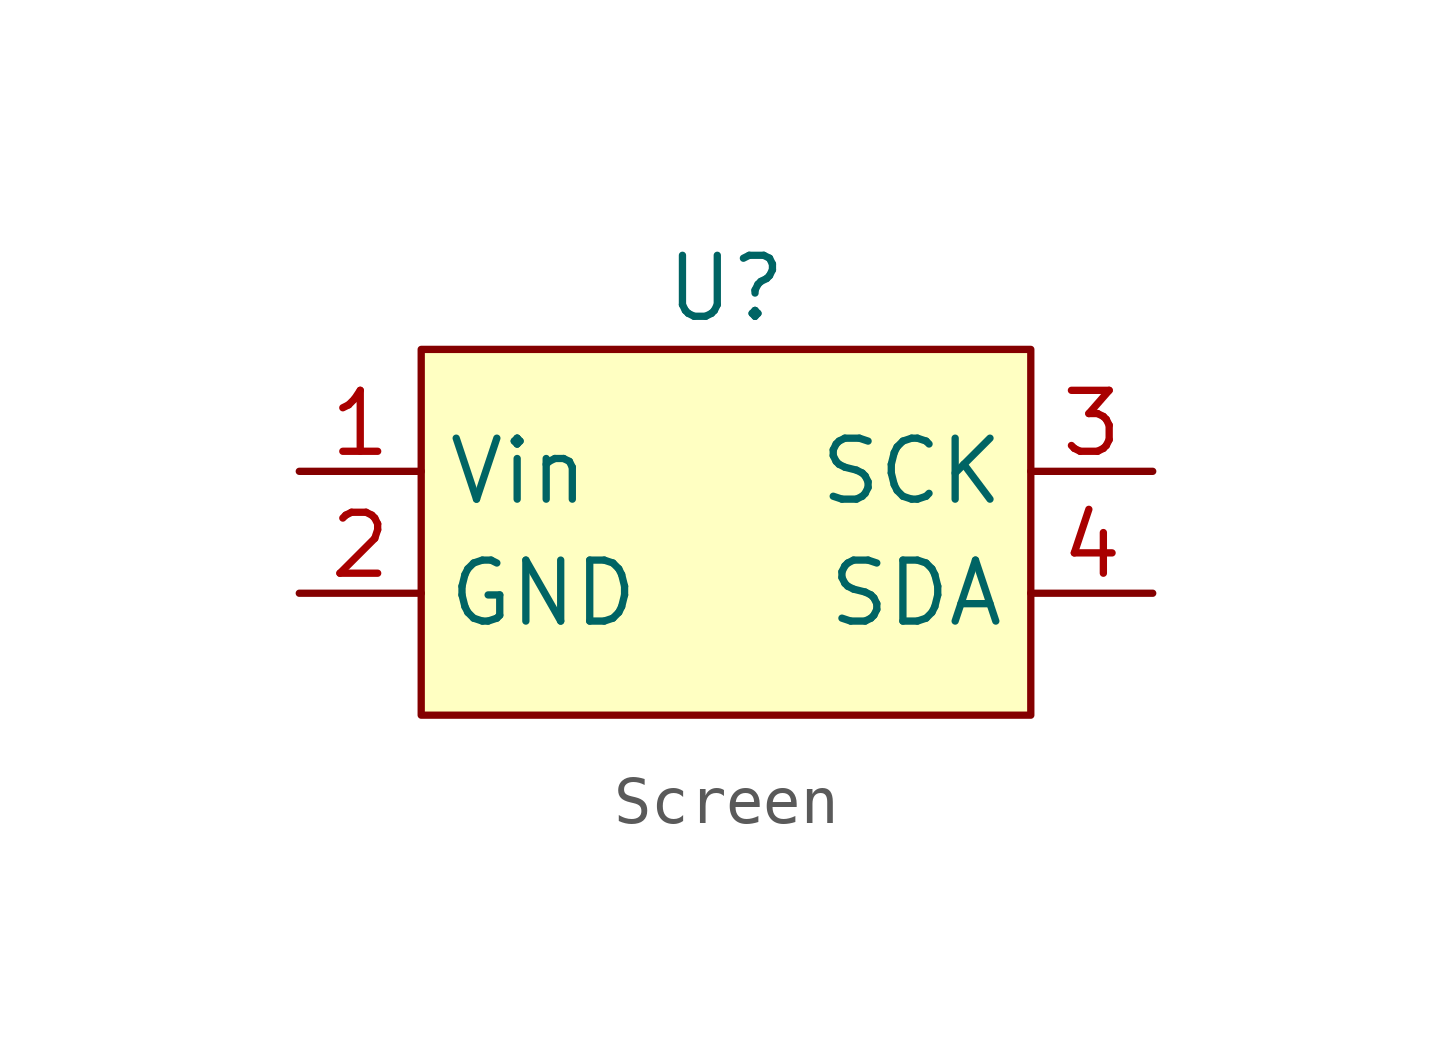
<source format=kicad_sym>
(kicad_symbol_lib
  (version 20231120)
  (generator "kicad_symbol_editor")
  (generator_version "8.0")
  (symbol "Screen"
    (property "Reference" "U"
      (at 0 0 0)
      (effects (font (size 1.27 1.27))))
    (property "Value" ""
      (at 0 0 0)
      (effects (font (size 1.27 1.27))))
    (symbol "Screen_1_1"
      (rectangle (start -6.35 -1.27) (end 6.35 -8.89) (stroke (width 0) (type default)) (fill (type background)))
      (pin input line (at -8.89 -3.81 0) (length 2.54) (name "Vin" (effects (font (size 1.27 1.27)))) (number "1" (effects (font (size 1.27 1.27)))))
      (pin input line (at -8.89 -6.35 0) (length 2.54) (name "GND" (effects (font (size 1.27 1.27)))) (number "2" (effects (font (size 1.27 1.27)))))
      (pin input line (at 8.89 -3.81 180) (length 2.54) (name "SCK" (effects (font (size 1.27 1.27)))) (number "3" (effects (font (size 1.27 1.27)))))
      (pin input line (at 8.89 -6.35 180) (length 2.54) (name "SDA" (effects (font (size 1.27 1.27)))) (number "4" (effects (font (size 1.27 1.27))))))))
</source>
